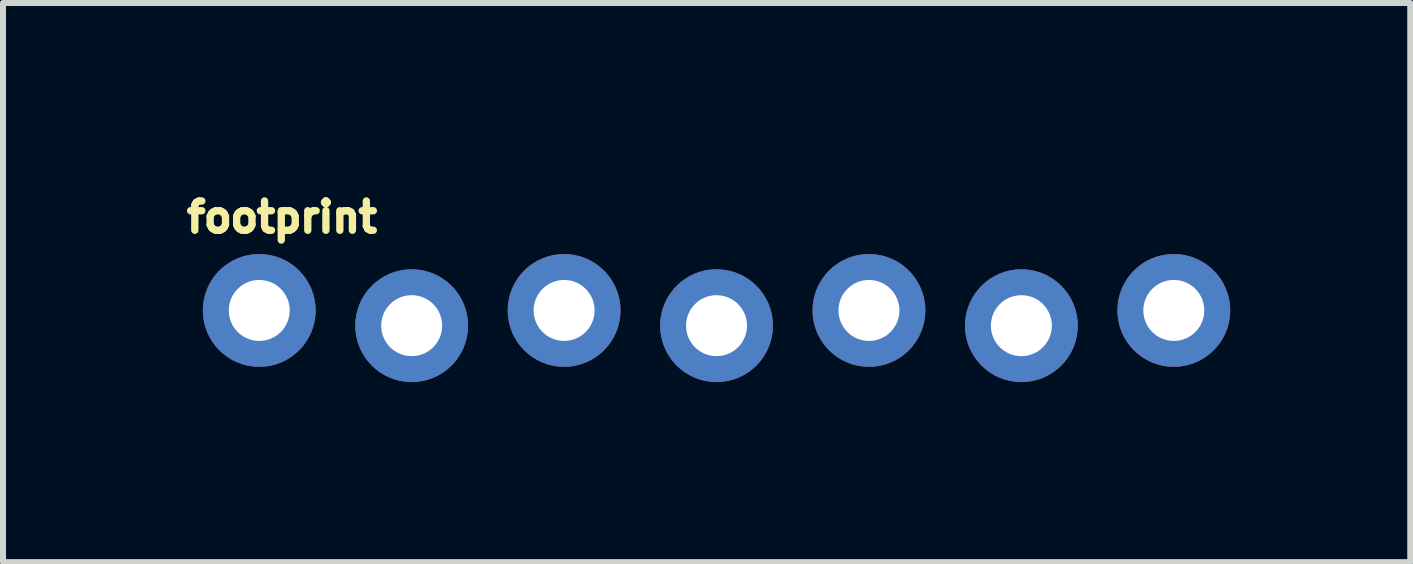
<source format=kicad_pcb>
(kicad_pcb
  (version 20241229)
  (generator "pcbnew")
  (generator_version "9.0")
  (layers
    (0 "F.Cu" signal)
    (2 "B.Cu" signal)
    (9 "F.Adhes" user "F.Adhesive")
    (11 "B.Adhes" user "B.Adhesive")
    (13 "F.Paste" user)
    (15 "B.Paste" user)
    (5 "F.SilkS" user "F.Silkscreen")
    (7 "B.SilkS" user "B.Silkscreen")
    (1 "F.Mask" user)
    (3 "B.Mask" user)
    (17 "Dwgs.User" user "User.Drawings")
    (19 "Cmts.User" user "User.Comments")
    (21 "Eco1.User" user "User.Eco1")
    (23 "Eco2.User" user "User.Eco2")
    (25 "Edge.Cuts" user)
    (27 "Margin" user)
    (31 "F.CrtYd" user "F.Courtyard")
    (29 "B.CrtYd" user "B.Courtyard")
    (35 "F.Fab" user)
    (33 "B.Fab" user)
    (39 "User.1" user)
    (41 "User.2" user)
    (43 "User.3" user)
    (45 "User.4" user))
  (footprint "footprint"
    (layer "F.Cu")
    (at 1.27 2.25)
    (property "Reference" "footprint" (at -1.27 -1.397 0) (layer "F.SilkS") (effects (font (size 0.488 0.488) (thickness 0.122)) (justify left bottom)))
    (fp_poly (pts (xy -0.254 0.254) (xy 0.254 0.254) (xy 0.254 -0.254) (xy -0.254 -0.254)) (stroke (width 0.1) (type solid)) (fill no) (layer "F.Fab"))
    (fp_poly (pts (xy 2.286 0.254) (xy 2.794 0.254) (xy 2.794 -0.254) (xy 2.286 -0.254)) (stroke (width 0.1) (type solid)) (fill no) (layer "F.Fab"))
    (fp_poly (pts (xy 4.826 0.254) (xy 5.334 0.254) (xy 5.334 -0.254) (xy 4.826 -0.254)) (stroke (width 0.1) (type solid)) (fill no) (layer "F.Fab"))
    (fp_poly (pts (xy 7.366 0.254) (xy 7.874 0.254) (xy 7.874 -0.254) (xy 7.366 -0.254)) (stroke (width 0.1) (type solid)) (fill no) (layer "F.Fab"))
    (fp_poly (pts (xy 9.906 0.254) (xy 10.414 0.254) (xy 10.414 -0.254) (xy 9.906 -0.254)) (stroke (width 0.1) (type solid)) (fill no) (layer "F.Fab"))
    (fp_poly (pts (xy 12.446 0.254) (xy 12.954 0.254) (xy 12.954 -0.254) (xy 12.446 -0.254)) (stroke (width 0.1) (type solid)) (fill no) (layer "F.Fab"))
    (fp_poly (pts (xy 14.986 0.254) (xy 15.494 0.254) (xy 15.494 -0.254) (xy 14.986 -0.254)) (stroke (width 0.1) (type solid)) (fill no) (layer "F.Fab"))
    (pad "1" thru_hole circle (at 0 -0.127 90) (size 1.88 1.88) (drill 1.016) (layers "*.Cu" "*.Mask"))
    (pad "2" thru_hole circle (at 2.54 0.127 90) (size 1.88 1.88) (drill 1.016) (layers "*.Cu" "*.Mask"))
    (pad "3" thru_hole circle (at 5.08 -0.127 90) (size 1.88 1.88) (drill 1.016) (layers "*.Cu" "*.Mask"))
    (pad "4" thru_hole circle (at 7.62 0.127 90) (size 1.88 1.88) (drill 1.016) (layers "*.Cu" "*.Mask"))
    (pad "5" thru_hole circle (at 10.16 -0.127 90) (size 1.88 1.88) (drill 1.016) (layers "*.Cu" "*.Mask"))
    (pad "6" thru_hole circle (at 12.7 0.127 90) (size 1.88 1.88) (drill 1.016) (layers "*.Cu" "*.Mask"))
    (pad "7" thru_hole circle (at 15.24 -0.127 90) (size 1.88 1.88) (drill 1.016) (layers "*.Cu" "*.Mask")))
  (gr_rect
    (start -3 -3)
    (end 20.45 6.317)
    (stroke (width 0.1) (type default))
    (fill no)
    (layer "Edge.Cuts")))
</source>
